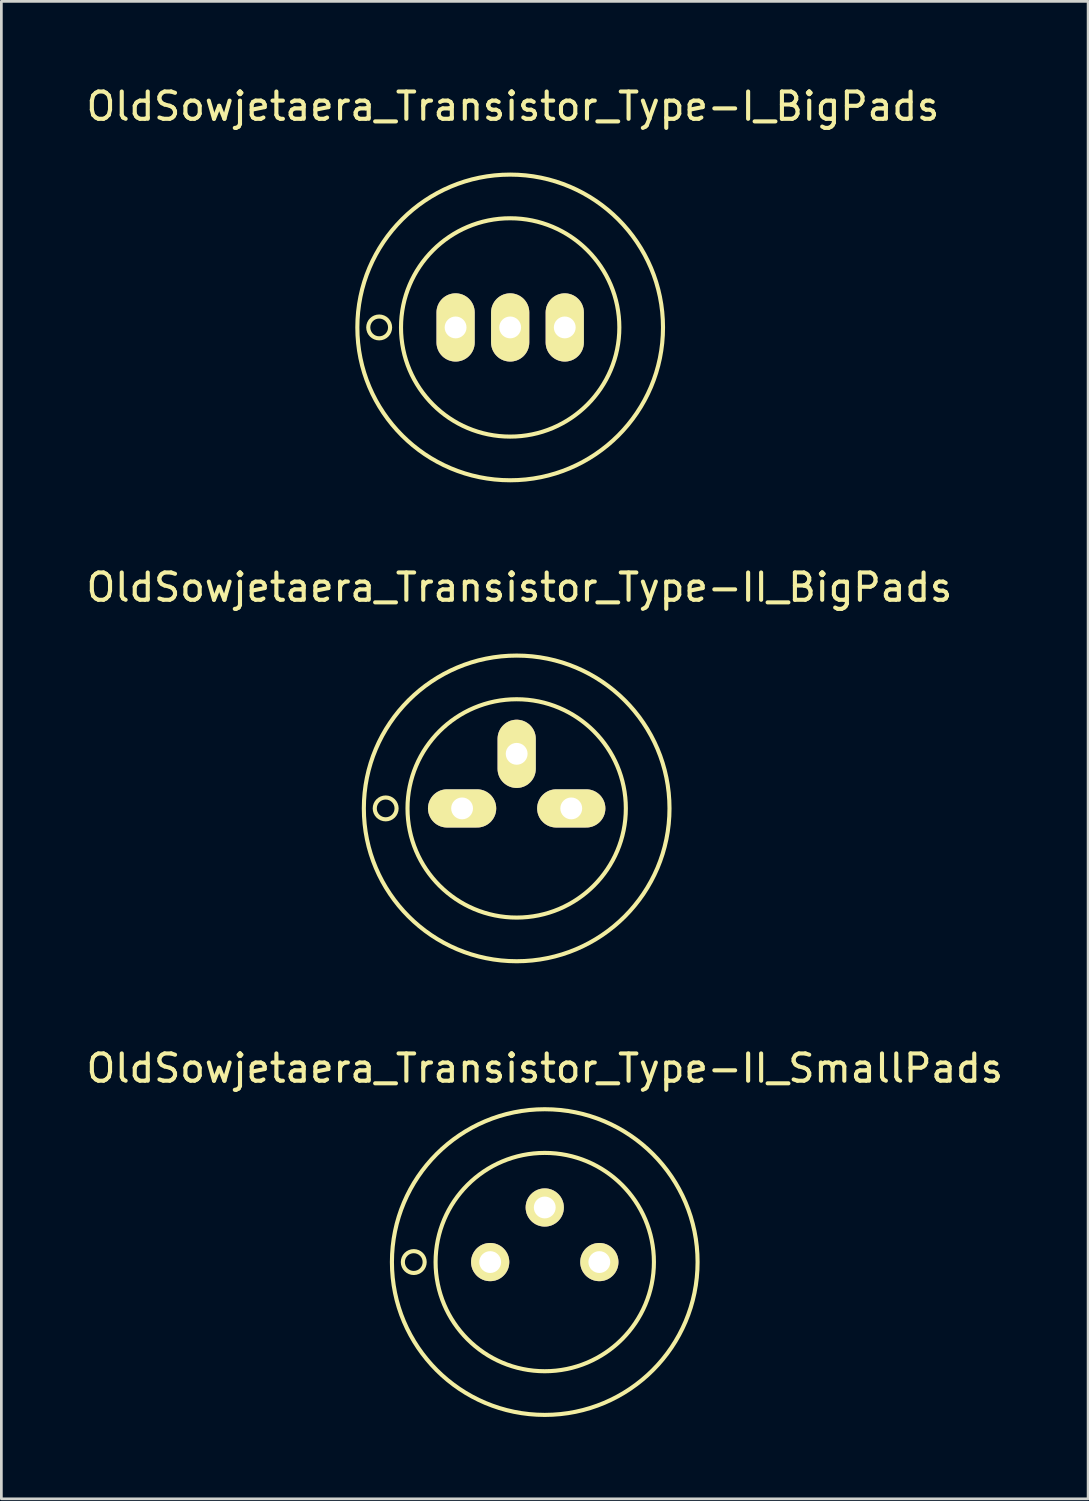
<source format=kicad_pcb>
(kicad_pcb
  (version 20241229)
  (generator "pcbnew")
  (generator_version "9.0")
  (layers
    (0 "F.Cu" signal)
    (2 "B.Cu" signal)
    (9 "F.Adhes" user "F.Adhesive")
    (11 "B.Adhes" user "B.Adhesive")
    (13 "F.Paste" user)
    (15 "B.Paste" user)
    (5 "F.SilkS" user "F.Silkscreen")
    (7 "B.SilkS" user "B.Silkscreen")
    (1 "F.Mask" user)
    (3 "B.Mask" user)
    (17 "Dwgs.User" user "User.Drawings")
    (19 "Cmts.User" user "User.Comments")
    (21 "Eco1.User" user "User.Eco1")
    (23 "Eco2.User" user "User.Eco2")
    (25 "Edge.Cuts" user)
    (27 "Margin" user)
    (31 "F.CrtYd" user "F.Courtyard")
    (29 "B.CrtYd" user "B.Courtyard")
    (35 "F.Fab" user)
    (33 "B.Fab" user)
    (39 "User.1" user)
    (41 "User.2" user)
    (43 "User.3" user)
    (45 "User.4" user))
  (footprint "OldSowjetaera_Transistor_Type-II_SmallPads"
    (layer "F.Cu")
    (at 16.911 43.195)
    (property "Reference" "OldSowjetaera_Transistor_Type-II_SmallPads" (at 0 -7.1 0) (layer "F.SilkS") (effects (font (size 1 1) (thickness 0.15))))
    (attr through_hole)
    (fp_circle (center -4.8 0) (end -4.8 0.4) (stroke (width 0.15) (type solid)) (fill no) (layer "F.SilkS"))
    (fp_circle (center 0 0) (end 4 0) (stroke (width 0.15) (type solid)) (fill no) (layer "F.SilkS"))
    (fp_circle (center 0 0) (end 5.6 0) (stroke (width 0.15) (type solid)) (fill no) (layer "F.SilkS"))
    (pad "1" thru_hole circle (at -2 0) (size 1.4 1.4) (drill 0.8) (layers "*.Cu" "*.Mask" "F.SilkS"))
    (pad "2" thru_hole circle (at 0 -2) (size 1.4 1.4) (drill 0.8) (layers "*.Cu" "*.Mask" "F.SilkS"))
    (pad "3" thru_hole circle (at 2 0) (size 1.4 1.4) (drill 0.8) (layers "*.Cu" "*.Mask" "F.SilkS")))
  (footprint "OldSowjetaera_Transistor_Type-I_BigPads"
    (layer "F.Cu")
    (at 15.644 8.948)
    (property "Reference" "OldSowjetaera_Transistor_Type-I_BigPads" (at 0.1 -8.1 0) (layer "F.SilkS") (effects (font (size 1 1) (thickness 0.15))))
    (attr through_hole)
    (fp_circle (center -4.8 0) (end -4.8 0.4) (stroke (width 0.15) (type solid)) (fill no) (layer "F.SilkS"))
    (fp_circle (center 0 0) (end 4 0) (stroke (width 0.15) (type solid)) (fill no) (layer "F.SilkS"))
    (fp_circle (center 0 0) (end 5.6 0) (stroke (width 0.15) (type solid)) (fill no) (layer "F.SilkS"))
    (pad "1" thru_hole oval (at -2 0) (size 1.4 2.5) (drill 0.8) (layers "*.Cu" "*.Mask" "F.SilkS"))
    (pad "2" thru_hole oval (at 0 0) (size 1.4 2.5) (drill 0.8) (layers "*.Cu" "*.Mask" "F.SilkS"))
    (pad "3" thru_hole oval (at 2 0) (size 1.4 2.5) (drill 0.8) (layers "*.Cu" "*.Mask" "F.SilkS")))
  (footprint "OldSowjetaera_Transistor_Type-II_BigPads"
    (layer "F.Cu")
    (at 15.882 26.572)
    (property "Reference" "OldSowjetaera_Transistor_Type-II_BigPads" (at 0.1 -8.1 0) (layer "F.SilkS") (effects (font (size 1 1) (thickness 0.15))))
    (attr through_hole)
    (fp_circle (center -4.8 0) (end -4.8 0.4) (stroke (width 0.15) (type solid)) (fill no) (layer "F.SilkS"))
    (fp_circle (center 0 0) (end 4 0) (stroke (width 0.15) (type solid)) (fill no) (layer "F.SilkS"))
    (fp_circle (center 0 0) (end 5.6 0) (stroke (width 0.15) (type solid)) (fill no) (layer "F.SilkS"))
    (pad "1" thru_hole oval (at -2 0 90) (size 1.4 2.5) (drill 0.8) (layers "*.Cu" "*.Mask" "F.SilkS"))
    (pad "2" thru_hole oval (at 0 -2) (size 1.4 2.5) (drill 0.8) (layers "*.Cu" "*.Mask" "F.SilkS"))
    (pad "3" thru_hole oval (at 2 0 90) (size 1.4 2.5) (drill 0.8) (layers "*.Cu" "*.Mask" "F.SilkS")))
  (gr_rect
    (start -3 -3)
    (end 36.821 51.87)
    (stroke (width 0.1) (type default))
    (fill no)
    (layer "Edge.Cuts")))
</source>
